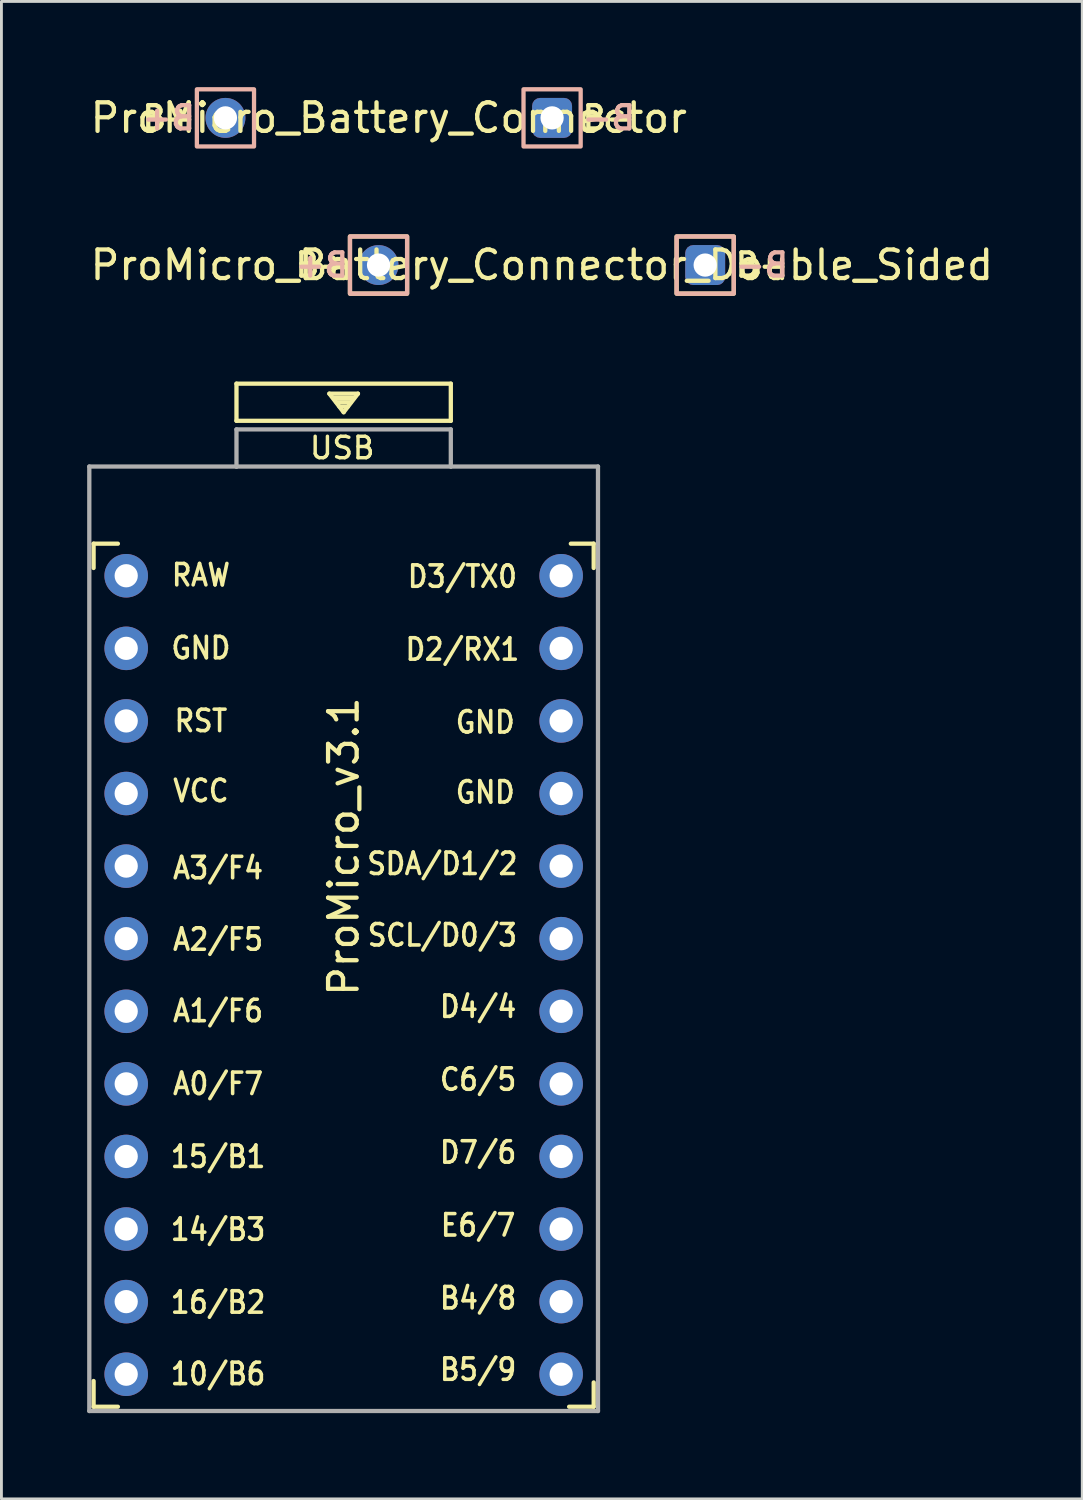
<source format=kicad_pcb>
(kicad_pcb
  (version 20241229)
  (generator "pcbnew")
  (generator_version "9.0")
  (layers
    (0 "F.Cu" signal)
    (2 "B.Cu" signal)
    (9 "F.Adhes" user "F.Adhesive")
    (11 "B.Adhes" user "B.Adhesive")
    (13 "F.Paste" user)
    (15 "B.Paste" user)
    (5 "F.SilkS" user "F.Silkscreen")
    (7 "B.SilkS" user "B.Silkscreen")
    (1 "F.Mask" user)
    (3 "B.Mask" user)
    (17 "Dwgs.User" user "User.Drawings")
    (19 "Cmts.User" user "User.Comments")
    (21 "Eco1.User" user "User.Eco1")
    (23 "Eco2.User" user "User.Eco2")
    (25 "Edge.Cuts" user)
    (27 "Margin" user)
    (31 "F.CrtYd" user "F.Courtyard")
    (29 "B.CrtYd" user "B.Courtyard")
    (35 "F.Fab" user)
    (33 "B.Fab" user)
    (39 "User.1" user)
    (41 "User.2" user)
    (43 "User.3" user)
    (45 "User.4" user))
  (footprint "ProMicro_Battery_Connector_Double_Sided"
    (layer "F.Cu")
    (at 15.911 6.225)
    (property "Reference" "ProMicro_Battery_Connector_Double_Sided" (at 0 0 0) (layer "F.SilkS") (effects (font (size 1 1) (thickness 0.15))))
    (attr through_hole)
    (fp_rect (start -6.715 -1) (end -4.715 1) (stroke (width 0.15) (type solid)) (fill no) (layer "F.SilkS"))
    (fp_rect (start 4.715 -1) (end 6.715 1) (stroke (width 0.15) (type solid)) (fill no) (layer "F.SilkS"))
    (fp_rect (start -6.715 -1) (end -4.715 1) (stroke (width 0.15) (type solid)) (fill no) (layer "B.SilkS"))
    (fp_rect (start 4.715 -1) (end 6.715 1) (stroke (width 0.15) (type solid)) (fill no) (layer "B.SilkS"))
    (fp_text user "B-" (at 7.7 0 0) (layer "F.SilkS") (effects (font (size 0.813 0.813) (thickness 0.15))))
    (fp_text user "B+" (at -7.7 0 0) (layer "F.SilkS") (effects (font (size 0.813 0.813) (thickness 0.15))))
    (fp_text user "B-" (at 7.7 0 0) (layer "B.SilkS") (effects (font (size 0.813 0.813) (thickness 0.15)) (justify mirror)))
    (fp_text user "B+" (at -7.7 0 0) (layer "B.SilkS") (effects (font (size 0.813 0.813) (thickness 0.15)) (justify mirror)))
    (pad "1" thru_hole circle (at -5.715 0) (size 1.397 1.397) (drill 0.813) (layers "*.Cu" "*.Mask"))
    (pad "2" thru_hole roundrect (at 5.715 0) (size 1.397 1.397) (drill 0.813) (layers "*.Cu" "*.Mask") (roundrect_rratio 0.2)))
  (footprint "ProMicro_Battery_Connector"
    (layer "F.Cu")
    (at 10.554 1.075)
    (property "Reference" "ProMicro_Battery_Connector" (at 0 0 0) (layer "F.SilkS") (effects (font (size 1 1) (thickness 0.15))))
    (attr through_hole)
    (fp_rect (start -6.715 -1) (end -4.715 1) (stroke (width 0.15) (type solid)) (fill no) (layer "B.SilkS"))
    (fp_rect (start 4.715 -1) (end 6.715 1) (stroke (width 0.15) (type solid)) (fill no) (layer "B.SilkS"))
    (fp_text user "B+" (at -7.7 0 0) (layer "F.SilkS") (effects (font (size 0.813 0.813) (thickness 0.15))))
    (fp_text user "B-" (at 7.7 0 0) (layer "F.SilkS") (effects (font (size 0.813 0.813) (thickness 0.15))))
    (fp_text user "B+" (at -7.7 0 0) (layer "B.SilkS") (effects (font (size 0.813 0.813) (thickness 0.15)) (justify mirror)))
    (fp_text user "B-" (at 7.7 0 0) (layer "B.SilkS") (effects (font (size 0.813 0.813) (thickness 0.15)) (justify mirror)))
    (pad "1" thru_hole circle (at -5.715 0) (size 1.397 1.397) (drill 0.813) (layers "*.Cu" "B.Mask"))
    (pad "2" thru_hole roundrect (at 5.715 0) (size 1.397 1.397) (drill 0.813) (layers "*.Cu" "B.Mask") (roundrect_rratio 0.2)))
  (footprint "ProMicro_v3.1"
    (layer "F.Cu")
    (at 8.975 31.575)
    (property "Reference" "ProMicro_v3.1" (at 0 -5 270) (layer "F.SilkS") (effects (font (size 1 1) (thickness 0.15))))
    (attr through_hole)
    (fp_line (start -8.75 -15.6) (end -8.75 -14.75) (stroke (width 0.15) (type solid)) (layer "F.SilkS"))
    (fp_line (start -8.75 -15.6) (end -7.9 -15.6) (stroke (width 0.15) (type solid)) (layer "F.SilkS"))
    (fp_line (start -8.75 13.7) (end -8.75 14.6) (stroke (width 0.15) (type solid)) (layer "F.SilkS"))
    (fp_line (start -8.75 14.6) (end -7.9 14.6) (stroke (width 0.15) (type solid)) (layer "F.SilkS"))
    (fp_line (start -3.75 -21.2) (end -3.75 -19.9) (stroke (width 0.15) (type solid)) (layer "F.SilkS"))
    (fp_line (start -3.75 -19.9) (end 3.75 -19.9) (stroke (width 0.15) (type solid)) (layer "F.SilkS"))
    (fp_line (start -0.5 -20.85) (end 0.5 -20.85) (stroke (width 0.15) (type solid)) (layer "F.SilkS"))
    (fp_line (start -0.35 -20.7) (end 0.35 -20.7) (stroke (width 0.15) (type solid)) (layer "F.SilkS"))
    (fp_line (start -0.25 -20.55) (end 0.25 -20.55) (stroke (width 0.15) (type solid)) (layer "F.SilkS"))
    (fp_line (start -0.15 -20.4) (end 0.15 -20.4) (stroke (width 0.15) (type solid)) (layer "F.SilkS"))
    (fp_line (start 0 -20.2) (end -0.5 -20.85) (stroke (width 0.15) (type solid)) (layer "F.SilkS"))
    (fp_line (start 0.5 -20.85) (end 0 -20.2) (stroke (width 0.15) (type solid)) (layer "F.SilkS"))
    (fp_line (start 3.75 -21.2) (end -3.75 -21.2) (stroke (width 0.15) (type solid)) (layer "F.SilkS"))
    (fp_line (start 3.75 -19.9) (end 3.75 -21.2) (stroke (width 0.15) (type solid)) (layer "F.SilkS"))
    (fp_line (start 8.75 -15.6) (end 7.95 -15.6) (stroke (width 0.15) (type solid)) (layer "F.SilkS"))
    (fp_line (start 8.75 -15.6) (end 8.75 -14.75) (stroke (width 0.15) (type solid)) (layer "F.SilkS"))
    (fp_line (start 8.75 13.75) (end 8.75 14.6) (stroke (width 0.15) (type solid)) (layer "F.SilkS"))
    (fp_line (start 8.75 14.6) (end 7.89 14.6) (stroke (width 0.15) (type solid)) (layer "F.SilkS"))
    (fp_line (start -8.9 -18.3) (end -3.75 -18.3) (stroke (width 0.15) (type solid)) (layer "F.Fab"))
    (fp_line (start -8.9 14.75) (end -8.9 -18.3) (stroke (width 0.15) (type solid)) (layer "F.Fab"))
    (fp_line (start -3.75 -19.6) (end -3.75 -18.299) (stroke (width 0.15) (type solid)) (layer "F.Fab"))
    (fp_line (start -3.75 -19.6) (end 3.75 -19.6) (stroke (width 0.15) (type solid)) (layer "F.Fab"))
    (fp_line (start -3.75 -18.3) (end 3.75 -18.3) (stroke (width 0.15) (type solid)) (layer "F.Fab"))
    (fp_line (start 3.75 -19.6) (end 3.75 -18.3) (stroke (width 0.15) (type solid)) (layer "F.Fab"))
    (fp_line (start 3.76 -18.3) (end 8.9 -18.3) (stroke (width 0.15) (type solid)) (layer "F.Fab"))
    (fp_line (start 8.9 -18.3) (end 8.9 14.75) (stroke (width 0.15) (type solid)) (layer "F.Fab"))
    (fp_line (start 8.9 14.75) (end -8.9 14.75) (stroke (width 0.15) (type solid)) (layer "F.Fab"))
    (fp_text user "GND" (at 4.955 -9.35 0) (unlocked yes) (layer "F.SilkS") (effects (font (size 0.75 0.67) (thickness 0.125))))
    (fp_text user "10/B6" (at -4.395 13.45 0) (unlocked yes) (layer "F.SilkS") (effects (font (size 0.75 0.67) (thickness 0.125))))
    (fp_text user "C6/5" (at 4.705 3.15 0) (unlocked yes) (layer "F.SilkS") (effects (font (size 0.75 0.67) (thickness 0.125))))
    (fp_text user "14/B3" (at -4.395 8.4 0) (unlocked yes) (layer "F.SilkS") (effects (font (size 0.75 0.67) (thickness 0.125))))
    (fp_text user "D7/6" (at 4.705 5.7 0) (unlocked yes) (layer "F.SilkS") (effects (font (size 0.75 0.67) (thickness 0.125))))
    (fp_text user "RAW" (at -4.995 -14.5 0) (unlocked yes) (layer "F.SilkS") (effects (font (size 0.75 0.67) (thickness 0.125))))
    (fp_text user "A0/F7" (at -4.395 3.3 0) (unlocked yes) (layer "F.SilkS") (effects (font (size 0.75 0.67) (thickness 0.125))))
    (fp_text user "15/B1" (at -4.395 5.85 0) (unlocked yes) (layer "F.SilkS") (effects (font (size 0.75 0.67) (thickness 0.125))))
    (fp_text user "A1/F6" (at -4.395 0.75 0) (unlocked yes) (layer "F.SilkS") (effects (font (size 0.75 0.67) (thickness 0.125))))
    (fp_text user "B5/9" (at 4.705 13.3 0) (unlocked yes) (layer "F.SilkS") (effects (font (size 0.75 0.67) (thickness 0.125))))
    (fp_text user "D2/RX1" (at 4.155 -11.9 0) (unlocked yes) (layer "F.SilkS") (effects (font (size 0.75 0.67) (thickness 0.125))))
    (fp_text user "B4/8" (at 4.705 10.8 0) (unlocked yes) (layer "F.SilkS") (effects (font (size 0.75 0.67) (thickness 0.125))))
    (fp_text user "D4/4" (at 4.705 0.6 0) (unlocked yes) (layer "F.SilkS") (effects (font (size 0.75 0.67) (thickness 0.125))))
    (fp_text user "SDA/D1/2" (at 3.455 -4.4 0) (unlocked yes) (layer "F.SilkS") (effects (font (size 0.75 0.67) (thickness 0.125))))
    (fp_text user "SCL/D0/3" (at 3.455 -1.9 0) (unlocked yes) (layer "F.SilkS") (effects (font (size 0.75 0.67) (thickness 0.125))))
    (fp_text user "16/B2" (at -4.395 10.95 0) (unlocked yes) (layer "F.SilkS") (effects (font (size 0.75 0.67) (thickness 0.125))))
    (fp_text user "A2/F5" (at -4.395 -1.75 0) (unlocked yes) (layer "F.SilkS") (effects (font (size 0.75 0.67) (thickness 0.125))))
    (fp_text user "GND" (at -4.995 -11.95 0) (unlocked yes) (layer "F.SilkS") (effects (font (size 0.75 0.67) (thickness 0.125))))
    (fp_text user "D3/TX0" (at 4.155 -14.45 0) (unlocked yes) (layer "F.SilkS") (effects (font (size 0.75 0.67) (thickness 0.125))))
    (fp_text user "E6/7" (at 4.705 8.25 0) (unlocked yes) (layer "F.SilkS") (effects (font (size 0.75 0.67) (thickness 0.125))))
    (fp_text user "RST" (at -4.995 -9.4 0) (unlocked yes) (layer "F.SilkS") (effects (font (size 0.75 0.67) (thickness 0.125))))
    (fp_text user "USB" (at -0.05 -18.95 0) (layer "F.SilkS") (effects (font (size 0.75 0.75) (thickness 0.12))))
    (fp_text user "A3/F4" (at -4.395 -4.25 0) (unlocked yes) (layer "F.SilkS") (effects (font (size 0.75 0.67) (thickness 0.125))))
    (fp_text user "GND" (at 4.955 -6.9 0) (unlocked yes) (layer "F.SilkS") (effects (font (size 0.75 0.67) (thickness 0.125))))
    (fp_text user "VCC" (at -4.995 -6.95 0) (unlocked yes) (layer "F.SilkS") (effects (font (size 0.75 0.67) (thickness 0.125))))
    (pad "1" thru_hole circle (at 7.611 -14.478) (size 1.524 1.524) (drill 0.813) (layers "*.Cu" "B.Mask"))
    (pad "2" thru_hole circle (at 7.611 -11.938) (size 1.524 1.524) (drill 0.813) (layers "*.Cu" "B.Mask"))
    (pad "3" thru_hole circle (at 7.611 -9.398) (size 1.524 1.524) (drill 0.813) (layers "*.Cu" "B.Mask"))
    (pad "4" thru_hole circle (at 7.611 -6.858) (size 1.524 1.524) (drill 0.813) (layers "*.Cu" "B.Mask"))
    (pad "5" thru_hole circle (at 7.611 -4.318) (size 1.524 1.524) (drill 0.813) (layers "*.Cu" "B.Mask"))
    (pad "6" thru_hole circle (at 7.611 -1.778) (size 1.524 1.524) (drill 0.813) (layers "*.Cu" "B.Mask"))
    (pad "7" thru_hole circle (at 7.611 0.762) (size 1.524 1.524) (drill 0.813) (layers "*.Cu" "B.Mask"))
    (pad "8" thru_hole circle (at 7.611 3.302) (size 1.524 1.524) (drill 0.813) (layers "*.Cu" "B.Mask"))
    (pad "9" thru_hole circle (at 7.611 5.842) (size 1.524 1.524) (drill 0.813) (layers "*.Cu" "B.Mask"))
    (pad "10" thru_hole circle (at 7.611 8.382) (size 1.524 1.524) (drill 0.813) (layers "*.Cu" "B.Mask"))
    (pad "11" thru_hole circle (at 7.611 10.922) (size 1.524 1.524) (drill 0.813) (layers "*.Cu" "B.Mask"))
    (pad "12" thru_hole circle (at 7.611 13.462) (size 1.524 1.524) (drill 0.813) (layers "*.Cu" "B.Mask"))
    (pad "13" thru_hole circle (at -7.609 13.462) (size 1.524 1.524) (drill 0.813) (layers "*.Cu" "B.Mask"))
    (pad "14" thru_hole circle (at -7.609 10.922) (size 1.524 1.524) (drill 0.813) (layers "*.Cu" "B.Mask"))
    (pad "15" thru_hole circle (at -7.609 8.382) (size 1.524 1.524) (drill 0.813) (layers "*.Cu" "B.Mask"))
    (pad "16" thru_hole circle (at -7.609 5.842) (size 1.524 1.524) (drill 0.813) (layers "*.Cu" "B.Mask"))
    (pad "17" thru_hole circle (at -7.609 3.302) (size 1.524 1.524) (drill 0.813) (layers "*.Cu" "B.Mask"))
    (pad "18" thru_hole circle (at -7.609 0.762) (size 1.524 1.524) (drill 0.813) (layers "*.Cu" "B.Mask"))
    (pad "19" thru_hole circle (at -7.609 -1.778) (size 1.524 1.524) (drill 0.813) (layers "*.Cu" "B.Mask"))
    (pad "20" thru_hole circle (at -7.609 -4.318) (size 1.524 1.524) (drill 0.813) (layers "*.Cu" "B.Mask"))
    (pad "21" thru_hole circle (at -7.609 -6.858) (size 1.524 1.524) (drill 0.813) (layers "*.Cu" "B.Mask"))
    (pad "22" thru_hole circle (at -7.609 -9.398) (size 1.524 1.524) (drill 0.813) (layers "*.Cu" "B.Mask"))
    (pad "23" thru_hole circle (at -7.609 -11.938) (size 1.524 1.524) (drill 0.813) (layers "*.Cu" "B.Mask"))
    (pad "24" thru_hole circle (at -7.609 -14.478) (size 1.524 1.524) (drill 0.813) (layers "*.Cu" "B.Mask")))
  (gr_rect
    (start -3 -3)
    (end 34.821 49.4)
    (stroke (width 0.1) (type default))
    (fill no)
    (layer "Edge.Cuts")))
</source>
